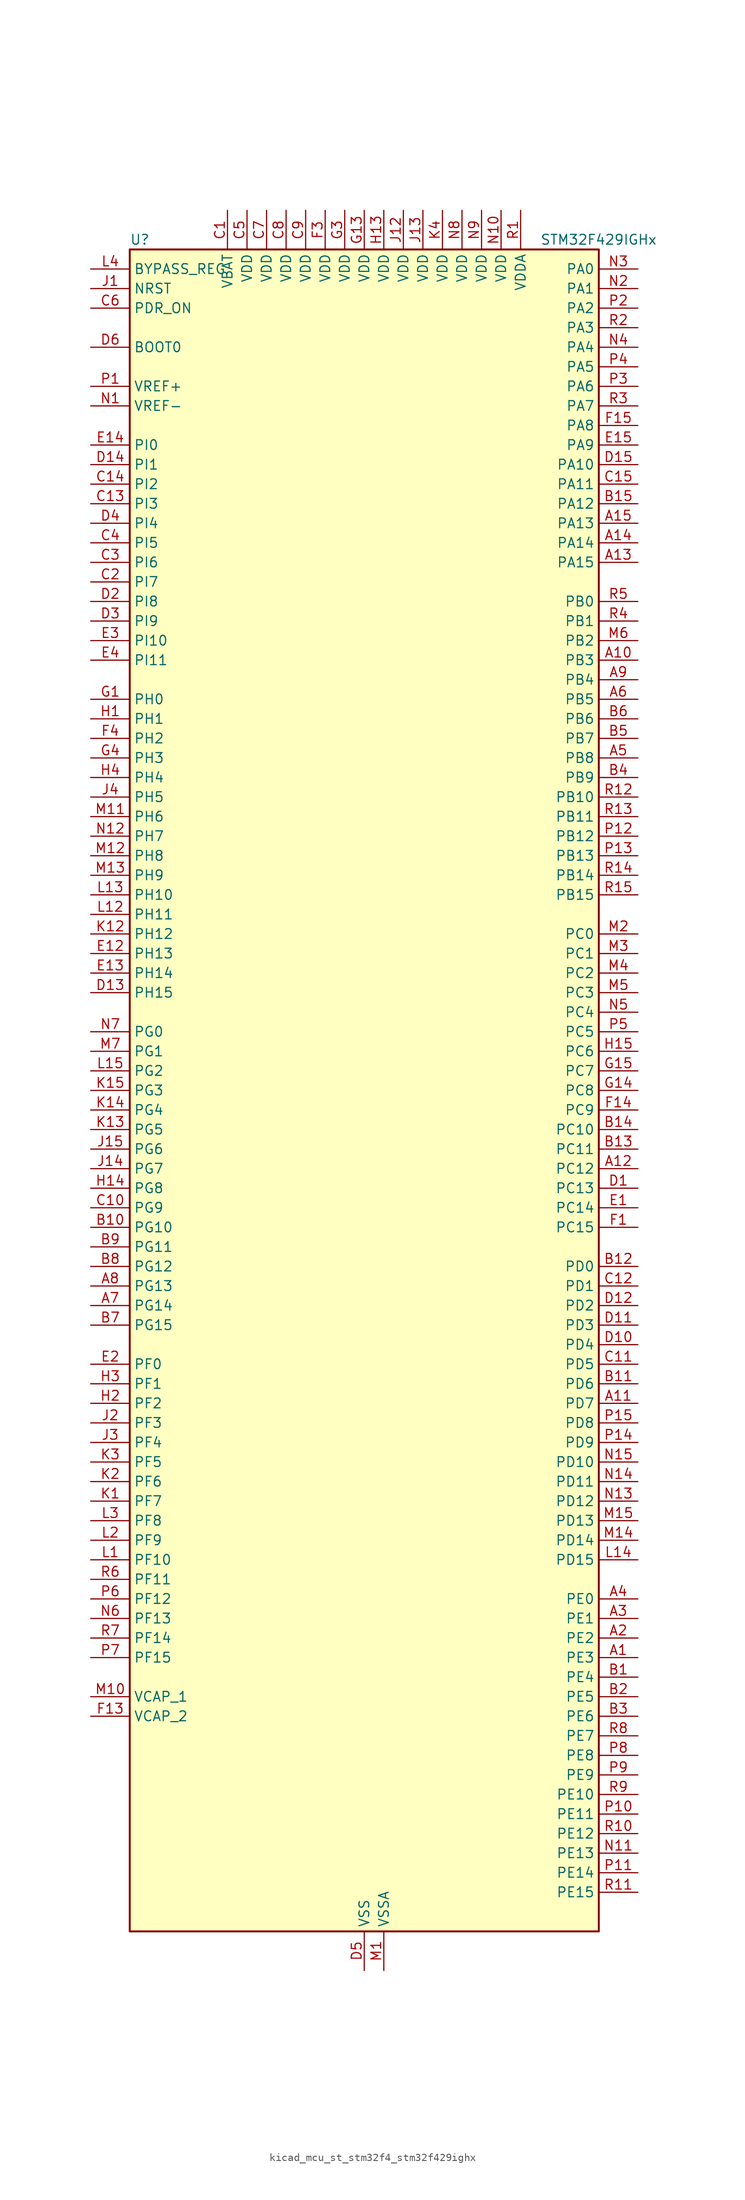
<source format=kicad_sym>
(kicad_symbol_lib
  (version 20220914)
  (generator kicad_symbol_editor)
  (symbol "kicad_mcu_st_stm32f4_stm32f429ighx"
    (property "Reference" "U"
      (at -30.48 110.49 0)
      (effects (font (size 1.27 1.27)) (justify left)))
    (property "Value" "STM32F429IGHx"
      (at 22.86 110.49 0)
      (effects (font (size 1.27 1.27)) (justify left)))
    (property "ki_locked" ""
      (at 0 0 0)
      (effects (font (size 1.27 1.27))))
    (symbol "kicad_mcu_st_stm32f4_stm32f429ighx_0_1"
      (rectangle (start -30.48 -109.22) (end 30.48 109.22) (stroke (width 0.254) (type default)) (fill (type background))))
    (symbol "kicad_mcu_st_stm32f4_stm32f429ighx_1_1"
      (pin bidirectional line (at 35.56 -73.66 180) (length 5.08) (name "PE3" (effects (font (size 1.27 1.27)))) (number "A1" (effects (font (size 1.27 1.27)))) (alternate "FMC_A19" bidirectional line) (alternate "SAI1_SD_B" bidirectional line) (alternate "SYS_TRACED0" bidirectional line))
      (pin bidirectional line (at 35.56 55.88 180) (length 5.08) (name "PB3" (effects (font (size 1.27 1.27)))) (number "A10" (effects (font (size 1.27 1.27)))) (alternate "I2S3_CK" bidirectional line) (alternate "SPI1_SCK" bidirectional line) (alternate "SPI3_SCK" bidirectional line) (alternate "SYS_JTDO-SWO" bidirectional line) (alternate "TIM2_CH2" bidirectional line))
      (pin bidirectional line (at 35.56 -40.64 180) (length 5.08) (name "PD7" (effects (font (size 1.27 1.27)))) (number "A11" (effects (font (size 1.27 1.27)))) (alternate "FMC_NCE2" bidirectional line) (alternate "FMC_NE1" bidirectional line) (alternate "USART2_CK" bidirectional line))
      (pin bidirectional line (at 35.56 -10.16 180) (length 5.08) (name "PC12" (effects (font (size 1.27 1.27)))) (number "A12" (effects (font (size 1.27 1.27)))) (alternate "DCMI_D9" bidirectional line) (alternate "I2S3_SD" bidirectional line) (alternate "SDIO_CK" bidirectional line) (alternate "SPI3_MOSI" bidirectional line) (alternate "UART5_TX" bidirectional line) (alternate "USART3_CK" bidirectional line))
      (pin bidirectional line (at 35.56 68.58 180) (length 5.08) (name "PA15" (effects (font (size 1.27 1.27)))) (number "A13" (effects (font (size 1.27 1.27)))) (alternate "ADC1_EXTI15" bidirectional line) (alternate "ADC2_EXTI15" bidirectional line) (alternate "ADC3_EXTI15" bidirectional line) (alternate "I2S3_WS" bidirectional line) (alternate "SPI1_NSS" bidirectional line) (alternate "SPI3_NSS" bidirectional line) (alternate "SYS_JTDI" bidirectional line) (alternate "TIM2_CH1" bidirectional line) (alternate "TIM2_ETR" bidirectional line))
      (pin bidirectional line (at 35.56 71.12 180) (length 5.08) (name "PA14" (effects (font (size 1.27 1.27)))) (number "A14" (effects (font (size 1.27 1.27)))) (alternate "SYS_JTCK-SWCLK" bidirectional line))
      (pin bidirectional line (at 35.56 73.66 180) (length 5.08) (name "PA13" (effects (font (size 1.27 1.27)))) (number "A15" (effects (font (size 1.27 1.27)))) (alternate "SYS_JTMS-SWDIO" bidirectional line))
      (pin bidirectional line (at 35.56 -71.12 180) (length 5.08) (name "PE2" (effects (font (size 1.27 1.27)))) (number "A2" (effects (font (size 1.27 1.27)))) (alternate "ETH_TXD3" bidirectional line) (alternate "FMC_A23" bidirectional line) (alternate "SAI1_MCLK_A" bidirectional line) (alternate "SPI4_SCK" bidirectional line) (alternate "SYS_TRACECLK" bidirectional line))
      (pin bidirectional line (at 35.56 -68.58 180) (length 5.08) (name "PE1" (effects (font (size 1.27 1.27)))) (number "A3" (effects (font (size 1.27 1.27)))) (alternate "DCMI_D3" bidirectional line) (alternate "FMC_NBL1" bidirectional line) (alternate "UART8_TX" bidirectional line))
      (pin bidirectional line (at 35.56 -66.04 180) (length 5.08) (name "PE0" (effects (font (size 1.27 1.27)))) (number "A4" (effects (font (size 1.27 1.27)))) (alternate "DCMI_D2" bidirectional line) (alternate "FMC_NBL0" bidirectional line) (alternate "TIM4_ETR" bidirectional line) (alternate "UART8_RX" bidirectional line))
      (pin bidirectional line (at 35.56 43.18 180) (length 5.08) (name "PB8" (effects (font (size 1.27 1.27)))) (number "A5" (effects (font (size 1.27 1.27)))) (alternate "CAN1_RX" bidirectional line) (alternate "DCMI_D6" bidirectional line) (alternate "ETH_TXD3" bidirectional line) (alternate "I2C1_SCL" bidirectional line) (alternate "LTDC_B6" bidirectional line) (alternate "SDIO_D4" bidirectional line) (alternate "TIM10_CH1" bidirectional line) (alternate "TIM4_CH3" bidirectional line))
      (pin bidirectional line (at 35.56 50.8 180) (length 5.08) (name "PB5" (effects (font (size 1.27 1.27)))) (number "A6" (effects (font (size 1.27 1.27)))) (alternate "CAN2_RX" bidirectional line) (alternate "DCMI_D10" bidirectional line) (alternate "ETH_PPS_OUT" bidirectional line) (alternate "FMC_SDCKE1" bidirectional line) (alternate "I2C1_SMBA" bidirectional line) (alternate "I2S3_SD" bidirectional line) (alternate "SPI1_MOSI" bidirectional line) (alternate "SPI3_MOSI" bidirectional line) (alternate "TIM3_CH2" bidirectional line) (alternate "USB_OTG_HS_ULPI_D7" bidirectional line))
      (pin bidirectional line (at -35.56 -27.94 0) (length 5.08) (name "PG14" (effects (font (size 1.27 1.27)))) (number "A7" (effects (font (size 1.27 1.27)))) (alternate "ETH_TXD1" bidirectional line) (alternate "FMC_A25" bidirectional line) (alternate "SPI6_MOSI" bidirectional line) (alternate "USART6_TX" bidirectional line))
      (pin bidirectional line (at -35.56 -25.4 0) (length 5.08) (name "PG13" (effects (font (size 1.27 1.27)))) (number "A8" (effects (font (size 1.27 1.27)))) (alternate "ETH_TXD0" bidirectional line) (alternate "FMC_A24" bidirectional line) (alternate "SPI6_SCK" bidirectional line) (alternate "USART6_CTS" bidirectional line))
      (pin bidirectional line (at 35.56 53.34 180) (length 5.08) (name "PB4" (effects (font (size 1.27 1.27)))) (number "A9" (effects (font (size 1.27 1.27)))) (alternate "I2S3_ext_SD" bidirectional line) (alternate "SPI1_MISO" bidirectional line) (alternate "SPI3_MISO" bidirectional line) (alternate "SYS_JTRST" bidirectional line) (alternate "TIM3_CH1" bidirectional line))
      (pin bidirectional line (at 35.56 -76.2 180) (length 5.08) (name "PE4" (effects (font (size 1.27 1.27)))) (number "B1" (effects (font (size 1.27 1.27)))) (alternate "DCMI_D4" bidirectional line) (alternate "FMC_A20" bidirectional line) (alternate "LTDC_B0" bidirectional line) (alternate "SAI1_FS_A" bidirectional line) (alternate "SPI4_NSS" bidirectional line) (alternate "SYS_TRACED1" bidirectional line))
      (pin bidirectional line (at -35.56 -17.78 0) (length 5.08) (name "PG10" (effects (font (size 1.27 1.27)))) (number "B10" (effects (font (size 1.27 1.27)))) (alternate "DCMI_D2" bidirectional line) (alternate "FMC_NCE4_1" bidirectional line) (alternate "FMC_NE3" bidirectional line) (alternate "LTDC_B2" bidirectional line) (alternate "LTDC_G3" bidirectional line))
      (pin bidirectional line (at 35.56 -38.1 180) (length 5.08) (name "PD6" (effects (font (size 1.27 1.27)))) (number "B11" (effects (font (size 1.27 1.27)))) (alternate "DCMI_D10" bidirectional line) (alternate "FMC_NWAIT" bidirectional line) (alternate "I2S3_SD" bidirectional line) (alternate "LTDC_B2" bidirectional line) (alternate "SAI1_SD_A" bidirectional line) (alternate "SPI3_MOSI" bidirectional line) (alternate "USART2_RX" bidirectional line))
      (pin bidirectional line (at 35.56 -22.86 180) (length 5.08) (name "PD0" (effects (font (size 1.27 1.27)))) (number "B12" (effects (font (size 1.27 1.27)))) (alternate "CAN1_RX" bidirectional line) (alternate "FMC_D2" bidirectional line) (alternate "FMC_DA2" bidirectional line))
      (pin bidirectional line (at 35.56 -7.62 180) (length 5.08) (name "PC11" (effects (font (size 1.27 1.27)))) (number "B13" (effects (font (size 1.27 1.27)))) (alternate "ADC1_EXTI11" bidirectional line) (alternate "ADC2_EXTI11" bidirectional line) (alternate "ADC3_EXTI11" bidirectional line) (alternate "DCMI_D4" bidirectional line) (alternate "I2S3_ext_SD" bidirectional line) (alternate "SDIO_D3" bidirectional line) (alternate "SPI3_MISO" bidirectional line) (alternate "UART4_RX" bidirectional line) (alternate "USART3_RX" bidirectional line))
      (pin bidirectional line (at 35.56 -5.08 180) (length 5.08) (name "PC10" (effects (font (size 1.27 1.27)))) (number "B14" (effects (font (size 1.27 1.27)))) (alternate "DCMI_D8" bidirectional line) (alternate "I2S3_CK" bidirectional line) (alternate "LTDC_R2" bidirectional line) (alternate "SDIO_D2" bidirectional line) (alternate "SPI3_SCK" bidirectional line) (alternate "UART4_TX" bidirectional line) (alternate "USART3_TX" bidirectional line))
      (pin bidirectional line (at 35.56 76.2 180) (length 5.08) (name "PA12" (effects (font (size 1.27 1.27)))) (number "B15" (effects (font (size 1.27 1.27)))) (alternate "CAN1_TX" bidirectional line) (alternate "LTDC_R5" bidirectional line) (alternate "TIM1_ETR" bidirectional line) (alternate "USART1_RTS" bidirectional line) (alternate "USB_OTG_FS_DP" bidirectional line))
      (pin bidirectional line (at 35.56 -78.74 180) (length 5.08) (name "PE5" (effects (font (size 1.27 1.27)))) (number "B2" (effects (font (size 1.27 1.27)))) (alternate "DCMI_D6" bidirectional line) (alternate "FMC_A21" bidirectional line) (alternate "LTDC_G0" bidirectional line) (alternate "SAI1_SCK_A" bidirectional line) (alternate "SPI4_MISO" bidirectional line) (alternate "SYS_TRACED2" bidirectional line) (alternate "TIM9_CH1" bidirectional line))
      (pin bidirectional line (at 35.56 -81.28 180) (length 5.08) (name "PE6" (effects (font (size 1.27 1.27)))) (number "B3" (effects (font (size 1.27 1.27)))) (alternate "DCMI_D7" bidirectional line) (alternate "FMC_A22" bidirectional line) (alternate "LTDC_G1" bidirectional line) (alternate "SAI1_SD_A" bidirectional line) (alternate "SPI4_MOSI" bidirectional line) (alternate "SYS_TRACED3" bidirectional line) (alternate "TIM9_CH2" bidirectional line))
      (pin bidirectional line (at 35.56 40.64 180) (length 5.08) (name "PB9" (effects (font (size 1.27 1.27)))) (number "B4" (effects (font (size 1.27 1.27)))) (alternate "CAN1_TX" bidirectional line) (alternate "DAC_EXTI9" bidirectional line) (alternate "DCMI_D7" bidirectional line) (alternate "I2C1_SDA" bidirectional line) (alternate "I2S2_WS" bidirectional line) (alternate "LTDC_B7" bidirectional line) (alternate "SDIO_D5" bidirectional line) (alternate "SPI2_NSS" bidirectional line) (alternate "TIM11_CH1" bidirectional line) (alternate "TIM4_CH4" bidirectional line))
      (pin bidirectional line (at 35.56 45.72 180) (length 5.08) (name "PB7" (effects (font (size 1.27 1.27)))) (number "B5" (effects (font (size 1.27 1.27)))) (alternate "DCMI_VSYNC" bidirectional line) (alternate "FMC_NL" bidirectional line) (alternate "I2C1_SDA" bidirectional line) (alternate "TIM4_CH2" bidirectional line) (alternate "USART1_RX" bidirectional line))
      (pin bidirectional line (at 35.56 48.26 180) (length 5.08) (name "PB6" (effects (font (size 1.27 1.27)))) (number "B6" (effects (font (size 1.27 1.27)))) (alternate "CAN2_TX" bidirectional line) (alternate "DCMI_D5" bidirectional line) (alternate "FMC_SDNE1" bidirectional line) (alternate "I2C1_SCL" bidirectional line) (alternate "TIM4_CH1" bidirectional line) (alternate "USART1_TX" bidirectional line))
      (pin bidirectional line (at -35.56 -30.48 0) (length 5.08) (name "PG15" (effects (font (size 1.27 1.27)))) (number "B7" (effects (font (size 1.27 1.27)))) (alternate "ADC1_EXTI15" bidirectional line) (alternate "ADC2_EXTI15" bidirectional line) (alternate "ADC3_EXTI15" bidirectional line) (alternate "DCMI_D13" bidirectional line) (alternate "FMC_SDNCAS" bidirectional line) (alternate "USART6_CTS" bidirectional line))
      (pin bidirectional line (at -35.56 -22.86 0) (length 5.08) (name "PG12" (effects (font (size 1.27 1.27)))) (number "B8" (effects (font (size 1.27 1.27)))) (alternate "FMC_NE4" bidirectional line) (alternate "LTDC_B1" bidirectional line) (alternate "LTDC_B4" bidirectional line) (alternate "SPI6_MISO" bidirectional line) (alternate "USART6_RTS" bidirectional line))
      (pin bidirectional line (at -35.56 -20.32 0) (length 5.08) (name "PG11" (effects (font (size 1.27 1.27)))) (number "B9" (effects (font (size 1.27 1.27)))) (alternate "ADC1_EXTI11" bidirectional line) (alternate "ADC2_EXTI11" bidirectional line) (alternate "ADC3_EXTI11" bidirectional line) (alternate "DCMI_D3" bidirectional line) (alternate "ETH_TX_EN" bidirectional line) (alternate "FMC_NCE4_2" bidirectional line) (alternate "LTDC_B3" bidirectional line))
      (pin power_in line (at -17.78 114.3 270) (length 5.08) (name "VBAT" (effects (font (size 1.27 1.27)))) (number "C1" (effects (font (size 1.27 1.27)))))
      (pin bidirectional line (at -35.56 -15.24 0) (length 5.08) (name "PG9" (effects (font (size 1.27 1.27)))) (number "C10" (effects (font (size 1.27 1.27)))) (alternate "DAC_EXTI9" bidirectional line) (alternate "DCMI_VSYNC" bidirectional line) (alternate "FMC_NCE3" bidirectional line) (alternate "FMC_NE2" bidirectional line) (alternate "USART6_RX" bidirectional line))
      (pin bidirectional line (at 35.56 -35.56 180) (length 5.08) (name "PD5" (effects (font (size 1.27 1.27)))) (number "C11" (effects (font (size 1.27 1.27)))) (alternate "FMC_NWE" bidirectional line) (alternate "USART2_TX" bidirectional line))
      (pin bidirectional line (at 35.56 -25.4 180) (length 5.08) (name "PD1" (effects (font (size 1.27 1.27)))) (number "C12" (effects (font (size 1.27 1.27)))) (alternate "CAN1_TX" bidirectional line) (alternate "FMC_D3" bidirectional line) (alternate "FMC_DA3" bidirectional line))
      (pin bidirectional line (at -35.56 76.2 0) (length 5.08) (name "PI3" (effects (font (size 1.27 1.27)))) (number "C13" (effects (font (size 1.27 1.27)))) (alternate "DCMI_D10" bidirectional line) (alternate "FMC_D27" bidirectional line) (alternate "I2S2_SD" bidirectional line) (alternate "SPI2_MOSI" bidirectional line) (alternate "TIM8_ETR" bidirectional line))
      (pin bidirectional line (at -35.56 78.74 0) (length 5.08) (name "PI2" (effects (font (size 1.27 1.27)))) (number "C14" (effects (font (size 1.27 1.27)))) (alternate "DCMI_D9" bidirectional line) (alternate "FMC_D26" bidirectional line) (alternate "I2S2_ext_SD" bidirectional line) (alternate "LTDC_G7" bidirectional line) (alternate "SPI2_MISO" bidirectional line) (alternate "TIM8_CH4" bidirectional line))
      (pin bidirectional line (at 35.56 78.74 180) (length 5.08) (name "PA11" (effects (font (size 1.27 1.27)))) (number "C15" (effects (font (size 1.27 1.27)))) (alternate "ADC1_EXTI11" bidirectional line) (alternate "ADC2_EXTI11" bidirectional line) (alternate "ADC3_EXTI11" bidirectional line) (alternate "CAN1_RX" bidirectional line) (alternate "LTDC_R4" bidirectional line) (alternate "TIM1_CH4" bidirectional line) (alternate "USART1_CTS" bidirectional line) (alternate "USB_OTG_FS_DM" bidirectional line))
      (pin bidirectional line (at -35.56 66.04 0) (length 5.08) (name "PI7" (effects (font (size 1.27 1.27)))) (number "C2" (effects (font (size 1.27 1.27)))) (alternate "DCMI_D7" bidirectional line) (alternate "FMC_D29" bidirectional line) (alternate "LTDC_B7" bidirectional line) (alternate "TIM8_CH3" bidirectional line))
      (pin bidirectional line (at -35.56 68.58 0) (length 5.08) (name "PI6" (effects (font (size 1.27 1.27)))) (number "C3" (effects (font (size 1.27 1.27)))) (alternate "DCMI_D6" bidirectional line) (alternate "FMC_D28" bidirectional line) (alternate "LTDC_B6" bidirectional line) (alternate "TIM8_CH2" bidirectional line))
      (pin bidirectional line (at -35.56 71.12 0) (length 5.08) (name "PI5" (effects (font (size 1.27 1.27)))) (number "C4" (effects (font (size 1.27 1.27)))) (alternate "DCMI_VSYNC" bidirectional line) (alternate "FMC_NBL3" bidirectional line) (alternate "LTDC_B5" bidirectional line) (alternate "TIM8_CH1" bidirectional line))
      (pin power_in line (at -15.24 114.3 270) (length 5.08) (name "VDD" (effects (font (size 1.27 1.27)))) (number "C5" (effects (font (size 1.27 1.27)))))
      (pin input line (at -35.56 101.6 0) (length 5.08) (name "PDR_ON" (effects (font (size 1.27 1.27)))) (number "C6" (effects (font (size 1.27 1.27)))))
      (pin power_in line (at -12.7 114.3 270) (length 5.08) (name "VDD" (effects (font (size 1.27 1.27)))) (number "C7" (effects (font (size 1.27 1.27)))))
      (pin power_in line (at -10.16 114.3 270) (length 5.08) (name "VDD" (effects (font (size 1.27 1.27)))) (number "C8" (effects (font (size 1.27 1.27)))))
      (pin power_in line (at -7.62 114.3 270) (length 5.08) (name "VDD" (effects (font (size 1.27 1.27)))) (number "C9" (effects (font (size 1.27 1.27)))))
      (pin bidirectional line (at 35.56 -12.7 180) (length 5.08) (name "PC13" (effects (font (size 1.27 1.27)))) (number "D1" (effects (font (size 1.27 1.27)))) (alternate "RTC_AF1" bidirectional line))
      (pin bidirectional line (at 35.56 -33.02 180) (length 5.08) (name "PD4" (effects (font (size 1.27 1.27)))) (number "D10" (effects (font (size 1.27 1.27)))) (alternate "FMC_NOE" bidirectional line) (alternate "USART2_RTS" bidirectional line))
      (pin bidirectional line (at 35.56 -30.48 180) (length 5.08) (name "PD3" (effects (font (size 1.27 1.27)))) (number "D11" (effects (font (size 1.27 1.27)))) (alternate "DCMI_D5" bidirectional line) (alternate "FMC_CLK" bidirectional line) (alternate "I2S2_CK" bidirectional line) (alternate "LTDC_G7" bidirectional line) (alternate "SPI2_SCK" bidirectional line) (alternate "USART2_CTS" bidirectional line))
      (pin bidirectional line (at 35.56 -27.94 180) (length 5.08) (name "PD2" (effects (font (size 1.27 1.27)))) (number "D12" (effects (font (size 1.27 1.27)))) (alternate "DCMI_D11" bidirectional line) (alternate "SDIO_CMD" bidirectional line) (alternate "TIM3_ETR" bidirectional line) (alternate "UART5_RX" bidirectional line))
      (pin bidirectional line (at -35.56 12.7 0) (length 5.08) (name "PH15" (effects (font (size 1.27 1.27)))) (number "D13" (effects (font (size 1.27 1.27)))) (alternate "ADC1_EXTI15" bidirectional line) (alternate "ADC2_EXTI15" bidirectional line) (alternate "ADC3_EXTI15" bidirectional line) (alternate "DCMI_D11" bidirectional line) (alternate "FMC_D23" bidirectional line) (alternate "LTDC_G4" bidirectional line) (alternate "TIM8_CH3N" bidirectional line))
      (pin bidirectional line (at -35.56 81.28 0) (length 5.08) (name "PI1" (effects (font (size 1.27 1.27)))) (number "D14" (effects (font (size 1.27 1.27)))) (alternate "DCMI_D8" bidirectional line) (alternate "FMC_D25" bidirectional line) (alternate "I2S2_CK" bidirectional line) (alternate "LTDC_G6" bidirectional line) (alternate "SPI2_SCK" bidirectional line))
      (pin bidirectional line (at 35.56 81.28 180) (length 5.08) (name "PA10" (effects (font (size 1.27 1.27)))) (number "D15" (effects (font (size 1.27 1.27)))) (alternate "DCMI_D1" bidirectional line) (alternate "TIM1_CH3" bidirectional line) (alternate "USART1_RX" bidirectional line) (alternate "USB_OTG_FS_ID" bidirectional line))
      (pin bidirectional line (at -35.56 63.5 0) (length 5.08) (name "PI8" (effects (font (size 1.27 1.27)))) (number "D2" (effects (font (size 1.27 1.27)))) (alternate "RTC_AF2" bidirectional line))
      (pin bidirectional line (at -35.56 60.96 0) (length 5.08) (name "PI9" (effects (font (size 1.27 1.27)))) (number "D3" (effects (font (size 1.27 1.27)))) (alternate "CAN1_RX" bidirectional line) (alternate "DAC_EXTI9" bidirectional line) (alternate "FMC_D30" bidirectional line) (alternate "LTDC_VSYNC" bidirectional line))
      (pin bidirectional line (at -35.56 73.66 0) (length 5.08) (name "PI4" (effects (font (size 1.27 1.27)))) (number "D4" (effects (font (size 1.27 1.27)))) (alternate "DCMI_D5" bidirectional line) (alternate "FMC_NBL2" bidirectional line) (alternate "LTDC_B4" bidirectional line) (alternate "TIM8_BKIN" bidirectional line))
      (pin power_in line (at 0 -114.3 90) (length 5.08) (name "VSS" (effects (font (size 1.27 1.27)))) (number "D5" (effects (font (size 1.27 1.27)))))
      (pin input line (at -35.56 96.52 0) (length 5.08) (name "BOOT0" (effects (font (size 1.27 1.27)))) (number "D6" (effects (font (size 1.27 1.27)))))
      (pin passive line (at 0 -114.3 90) (length 5.08) hide (name "VSS" (effects (font (size 1.27 1.27)))) (number "D7" (effects (font (size 1.27 1.27)))))
      (pin passive line (at 0 -114.3 90) (length 5.08) hide (name "VSS" (effects (font (size 1.27 1.27)))) (number "D8" (effects (font (size 1.27 1.27)))))
      (pin passive line (at 0 -114.3 90) (length 5.08) hide (name "VSS" (effects (font (size 1.27 1.27)))) (number "D9" (effects (font (size 1.27 1.27)))))
      (pin bidirectional line (at 35.56 -15.24 180) (length 5.08) (name "PC14" (effects (font (size 1.27 1.27)))) (number "E1" (effects (font (size 1.27 1.27)))) (alternate "RCC_OSC32_IN" bidirectional line))
      (pin bidirectional line (at -35.56 17.78 0) (length 5.08) (name "PH13" (effects (font (size 1.27 1.27)))) (number "E12" (effects (font (size 1.27 1.27)))) (alternate "CAN1_TX" bidirectional line) (alternate "FMC_D21" bidirectional line) (alternate "LTDC_G2" bidirectional line) (alternate "TIM8_CH1N" bidirectional line))
      (pin bidirectional line (at -35.56 15.24 0) (length 5.08) (name "PH14" (effects (font (size 1.27 1.27)))) (number "E13" (effects (font (size 1.27 1.27)))) (alternate "DCMI_D4" bidirectional line) (alternate "FMC_D22" bidirectional line) (alternate "LTDC_G3" bidirectional line) (alternate "TIM8_CH2N" bidirectional line))
      (pin bidirectional line (at -35.56 83.82 0) (length 5.08) (name "PI0" (effects (font (size 1.27 1.27)))) (number "E14" (effects (font (size 1.27 1.27)))) (alternate "DCMI_D13" bidirectional line) (alternate "FMC_D24" bidirectional line) (alternate "I2S2_WS" bidirectional line) (alternate "LTDC_G5" bidirectional line) (alternate "SPI2_NSS" bidirectional line) (alternate "TIM5_CH4" bidirectional line))
      (pin bidirectional line (at 35.56 83.82 180) (length 5.08) (name "PA9" (effects (font (size 1.27 1.27)))) (number "E15" (effects (font (size 1.27 1.27)))) (alternate "DAC_EXTI9" bidirectional line) (alternate "DCMI_D0" bidirectional line) (alternate "I2C3_SMBA" bidirectional line) (alternate "TIM1_CH2" bidirectional line) (alternate "USART1_TX" bidirectional line) (alternate "USB_OTG_FS_VBUS" bidirectional line))
      (pin bidirectional line (at -35.56 -35.56 0) (length 5.08) (name "PF0" (effects (font (size 1.27 1.27)))) (number "E2" (effects (font (size 1.27 1.27)))) (alternate "FMC_A0" bidirectional line) (alternate "I2C2_SDA" bidirectional line))
      (pin bidirectional line (at -35.56 58.42 0) (length 5.08) (name "PI10" (effects (font (size 1.27 1.27)))) (number "E3" (effects (font (size 1.27 1.27)))) (alternate "ETH_RX_ER" bidirectional line) (alternate "FMC_D31" bidirectional line) (alternate "LTDC_HSYNC" bidirectional line))
      (pin bidirectional line (at -35.56 55.88 0) (length 5.08) (name "PI11" (effects (font (size 1.27 1.27)))) (number "E4" (effects (font (size 1.27 1.27)))) (alternate "ADC1_EXTI11" bidirectional line) (alternate "ADC2_EXTI11" bidirectional line) (alternate "ADC3_EXTI11" bidirectional line) (alternate "USB_OTG_HS_ULPI_DIR" bidirectional line))
      (pin bidirectional line (at 35.56 -17.78 180) (length 5.08) (name "PC15" (effects (font (size 1.27 1.27)))) (number "F1" (effects (font (size 1.27 1.27)))) (alternate "ADC1_EXTI15" bidirectional line) (alternate "ADC2_EXTI15" bidirectional line) (alternate "ADC3_EXTI15" bidirectional line) (alternate "RCC_OSC32_OUT" bidirectional line))
      (pin passive line (at 0 -114.3 90) (length 5.08) hide (name "VSS" (effects (font (size 1.27 1.27)))) (number "F10" (effects (font (size 1.27 1.27)))))
      (pin passive line (at 0 -114.3 90) (length 5.08) hide (name "VSS" (effects (font (size 1.27 1.27)))) (number "F12" (effects (font (size 1.27 1.27)))))
      (pin power_out line (at -35.56 -81.28 0) (length 5.08) (name "VCAP_2" (effects (font (size 1.27 1.27)))) (number "F13" (effects (font (size 1.27 1.27)))))
      (pin bidirectional line (at 35.56 -2.54 180) (length 5.08) (name "PC9" (effects (font (size 1.27 1.27)))) (number "F14" (effects (font (size 1.27 1.27)))) (alternate "DAC_EXTI9" bidirectional line) (alternate "DCMI_D3" bidirectional line) (alternate "I2C3_SDA" bidirectional line) (alternate "I2S_CKIN" bidirectional line) (alternate "RCC_MCO_2" bidirectional line) (alternate "SDIO_D1" bidirectional line) (alternate "TIM3_CH4" bidirectional line) (alternate "TIM8_CH4" bidirectional line))
      (pin bidirectional line (at 35.56 86.36 180) (length 5.08) (name "PA8" (effects (font (size 1.27 1.27)))) (number "F15" (effects (font (size 1.27 1.27)))) (alternate "I2C3_SCL" bidirectional line) (alternate "LTDC_R6" bidirectional line) (alternate "RCC_MCO_1" bidirectional line) (alternate "TIM1_CH1" bidirectional line) (alternate "USART1_CK" bidirectional line) (alternate "USB_OTG_FS_SOF" bidirectional line))
      (pin passive line (at 0 -114.3 90) (length 5.08) hide (name "VSS" (effects (font (size 1.27 1.27)))) (number "F2" (effects (font (size 1.27 1.27)))))
      (pin power_in line (at -5.08 114.3 270) (length 5.08) (name "VDD" (effects (font (size 1.27 1.27)))) (number "F3" (effects (font (size 1.27 1.27)))))
      (pin bidirectional line (at -35.56 45.72 0) (length 5.08) (name "PH2" (effects (font (size 1.27 1.27)))) (number "F4" (effects (font (size 1.27 1.27)))) (alternate "ETH_CRS" bidirectional line) (alternate "FMC_SDCKE0" bidirectional line) (alternate "LTDC_R0" bidirectional line))
      (pin passive line (at 0 -114.3 90) (length 5.08) hide (name "VSS" (effects (font (size 1.27 1.27)))) (number "F6" (effects (font (size 1.27 1.27)))))
      (pin passive line (at 0 -114.3 90) (length 5.08) hide (name "VSS" (effects (font (size 1.27 1.27)))) (number "F7" (effects (font (size 1.27 1.27)))))
      (pin passive line (at 0 -114.3 90) (length 5.08) hide (name "VSS" (effects (font (size 1.27 1.27)))) (number "F8" (effects (font (size 1.27 1.27)))))
      (pin passive line (at 0 -114.3 90) (length 5.08) hide (name "VSS" (effects (font (size 1.27 1.27)))) (number "F9" (effects (font (size 1.27 1.27)))))
      (pin bidirectional line (at -35.56 50.8 0) (length 5.08) (name "PH0" (effects (font (size 1.27 1.27)))) (number "G1" (effects (font (size 1.27 1.27)))) (alternate "RCC_OSC_IN" bidirectional line))
      (pin passive line (at 0 -114.3 90) (length 5.08) hide (name "VSS" (effects (font (size 1.27 1.27)))) (number "G10" (effects (font (size 1.27 1.27)))))
      (pin passive line (at 0 -114.3 90) (length 5.08) hide (name "VSS" (effects (font (size 1.27 1.27)))) (number "G12" (effects (font (size 1.27 1.27)))))
      (pin power_in line (at 0 114.3 270) (length 5.08) (name "VDD" (effects (font (size 1.27 1.27)))) (number "G13" (effects (font (size 1.27 1.27)))))
      (pin bidirectional line (at 35.56 0 180) (length 5.08) (name "PC8" (effects (font (size 1.27 1.27)))) (number "G14" (effects (font (size 1.27 1.27)))) (alternate "DCMI_D2" bidirectional line) (alternate "SDIO_D0" bidirectional line) (alternate "TIM3_CH3" bidirectional line) (alternate "TIM8_CH3" bidirectional line) (alternate "USART6_CK" bidirectional line))
      (pin bidirectional line (at 35.56 2.54 180) (length 5.08) (name "PC7" (effects (font (size 1.27 1.27)))) (number "G15" (effects (font (size 1.27 1.27)))) (alternate "DCMI_D1" bidirectional line) (alternate "I2S3_MCK" bidirectional line) (alternate "LTDC_G6" bidirectional line) (alternate "SDIO_D7" bidirectional line) (alternate "TIM3_CH2" bidirectional line) (alternate "TIM8_CH2" bidirectional line) (alternate "USART6_RX" bidirectional line))
      (pin passive line (at 0 -114.3 90) (length 5.08) hide (name "VSS" (effects (font (size 1.27 1.27)))) (number "G2" (effects (font (size 1.27 1.27)))))
      (pin power_in line (at -2.54 114.3 270) (length 5.08) (name "VDD" (effects (font (size 1.27 1.27)))) (number "G3" (effects (font (size 1.27 1.27)))))
      (pin bidirectional line (at -35.56 43.18 0) (length 5.08) (name "PH3" (effects (font (size 1.27 1.27)))) (number "G4" (effects (font (size 1.27 1.27)))) (alternate "ETH_COL" bidirectional line) (alternate "FMC_SDNE0" bidirectional line) (alternate "LTDC_R1" bidirectional line))
      (pin passive line (at 0 -114.3 90) (length 5.08) hide (name "VSS" (effects (font (size 1.27 1.27)))) (number "G6" (effects (font (size 1.27 1.27)))))
      (pin passive line (at 0 -114.3 90) (length 5.08) hide (name "VSS" (effects (font (size 1.27 1.27)))) (number "G7" (effects (font (size 1.27 1.27)))))
      (pin passive line (at 0 -114.3 90) (length 5.08) hide (name "VSS" (effects (font (size 1.27 1.27)))) (number "G8" (effects (font (size 1.27 1.27)))))
      (pin passive line (at 0 -114.3 90) (length 5.08) hide (name "VSS" (effects (font (size 1.27 1.27)))) (number "G9" (effects (font (size 1.27 1.27)))))
      (pin bidirectional line (at -35.56 48.26 0) (length 5.08) (name "PH1" (effects (font (size 1.27 1.27)))) (number "H1" (effects (font (size 1.27 1.27)))) (alternate "RCC_OSC_OUT" bidirectional line))
      (pin passive line (at 0 -114.3 90) (length 5.08) hide (name "VSS" (effects (font (size 1.27 1.27)))) (number "H10" (effects (font (size 1.27 1.27)))))
      (pin passive line (at 0 -114.3 90) (length 5.08) hide (name "VSS" (effects (font (size 1.27 1.27)))) (number "H12" (effects (font (size 1.27 1.27)))))
      (pin power_in line (at 2.54 114.3 270) (length 5.08) (name "VDD" (effects (font (size 1.27 1.27)))) (number "H13" (effects (font (size 1.27 1.27)))))
      (pin bidirectional line (at -35.56 -12.7 0) (length 5.08) (name "PG8" (effects (font (size 1.27 1.27)))) (number "H14" (effects (font (size 1.27 1.27)))) (alternate "ETH_PPS_OUT" bidirectional line) (alternate "FMC_SDCLK" bidirectional line) (alternate "SPI6_NSS" bidirectional line) (alternate "USART6_RTS" bidirectional line))
      (pin bidirectional line (at 35.56 5.08 180) (length 5.08) (name "PC6" (effects (font (size 1.27 1.27)))) (number "H15" (effects (font (size 1.27 1.27)))) (alternate "DCMI_D0" bidirectional line) (alternate "I2S2_MCK" bidirectional line) (alternate "LTDC_HSYNC" bidirectional line) (alternate "SDIO_D6" bidirectional line) (alternate "TIM3_CH1" bidirectional line) (alternate "TIM8_CH1" bidirectional line) (alternate "USART6_TX" bidirectional line))
      (pin bidirectional line (at -35.56 -40.64 0) (length 5.08) (name "PF2" (effects (font (size 1.27 1.27)))) (number "H2" (effects (font (size 1.27 1.27)))) (alternate "FMC_A2" bidirectional line) (alternate "I2C2_SMBA" bidirectional line))
      (pin bidirectional line (at -35.56 -38.1 0) (length 5.08) (name "PF1" (effects (font (size 1.27 1.27)))) (number "H3" (effects (font (size 1.27 1.27)))) (alternate "FMC_A1" bidirectional line) (alternate "I2C2_SCL" bidirectional line))
      (pin bidirectional line (at -35.56 40.64 0) (length 5.08) (name "PH4" (effects (font (size 1.27 1.27)))) (number "H4" (effects (font (size 1.27 1.27)))) (alternate "I2C2_SCL" bidirectional line) (alternate "USB_OTG_HS_ULPI_NXT" bidirectional line))
      (pin passive line (at 0 -114.3 90) (length 5.08) hide (name "VSS" (effects (font (size 1.27 1.27)))) (number "H6" (effects (font (size 1.27 1.27)))))
      (pin passive line (at 0 -114.3 90) (length 5.08) hide (name "VSS" (effects (font (size 1.27 1.27)))) (number "H7" (effects (font (size 1.27 1.27)))))
      (pin passive line (at 0 -114.3 90) (length 5.08) hide (name "VSS" (effects (font (size 1.27 1.27)))) (number "H8" (effects (font (size 1.27 1.27)))))
      (pin passive line (at 0 -114.3 90) (length 5.08) hide (name "VSS" (effects (font (size 1.27 1.27)))) (number "H9" (effects (font (size 1.27 1.27)))))
      (pin input line (at -35.56 104.14 0) (length 5.08) (name "NRST" (effects (font (size 1.27 1.27)))) (number "J1" (effects (font (size 1.27 1.27)))))
      (pin passive line (at 0 -114.3 90) (length 5.08) hide (name "VSS" (effects (font (size 1.27 1.27)))) (number "J10" (effects (font (size 1.27 1.27)))))
      (pin power_in line (at 5.08 114.3 270) (length 5.08) (name "VDD" (effects (font (size 1.27 1.27)))) (number "J12" (effects (font (size 1.27 1.27)))))
      (pin power_in line (at 7.62 114.3 270) (length 5.08) (name "VDD" (effects (font (size 1.27 1.27)))) (number "J13" (effects (font (size 1.27 1.27)))))
      (pin bidirectional line (at -35.56 -10.16 0) (length 5.08) (name "PG7" (effects (font (size 1.27 1.27)))) (number "J14" (effects (font (size 1.27 1.27)))) (alternate "DCMI_D13" bidirectional line) (alternate "FMC_INT3" bidirectional line) (alternate "LTDC_CLK" bidirectional line) (alternate "USART6_CK" bidirectional line))
      (pin bidirectional line (at -35.56 -7.62 0) (length 5.08) (name "PG6" (effects (font (size 1.27 1.27)))) (number "J15" (effects (font (size 1.27 1.27)))) (alternate "DCMI_D12" bidirectional line) (alternate "FMC_INT2" bidirectional line) (alternate "LTDC_R7" bidirectional line))
      (pin bidirectional line (at -35.56 -43.18 0) (length 5.08) (name "PF3" (effects (font (size 1.27 1.27)))) (number "J2" (effects (font (size 1.27 1.27)))) (alternate "ADC3_IN9" bidirectional line) (alternate "FMC_A3" bidirectional line))
      (pin bidirectional line (at -35.56 -45.72 0) (length 5.08) (name "PF4" (effects (font (size 1.27 1.27)))) (number "J3" (effects (font (size 1.27 1.27)))) (alternate "ADC3_IN14" bidirectional line) (alternate "FMC_A4" bidirectional line))
      (pin bidirectional line (at -35.56 38.1 0) (length 5.08) (name "PH5" (effects (font (size 1.27 1.27)))) (number "J4" (effects (font (size 1.27 1.27)))) (alternate "FMC_SDNWE" bidirectional line) (alternate "I2C2_SDA" bidirectional line) (alternate "SPI5_NSS" bidirectional line))
      (pin passive line (at 0 -114.3 90) (length 5.08) hide (name "VSS" (effects (font (size 1.27 1.27)))) (number "J6" (effects (font (size 1.27 1.27)))))
      (pin passive line (at 0 -114.3 90) (length 5.08) hide (name "VSS" (effects (font (size 1.27 1.27)))) (number "J7" (effects (font (size 1.27 1.27)))))
      (pin passive line (at 0 -114.3 90) (length 5.08) hide (name "VSS" (effects (font (size 1.27 1.27)))) (number "J8" (effects (font (size 1.27 1.27)))))
      (pin passive line (at 0 -114.3 90) (length 5.08) hide (name "VSS" (effects (font (size 1.27 1.27)))) (number "J9" (effects (font (size 1.27 1.27)))))
      (pin bidirectional line (at -35.56 -53.34 0) (length 5.08) (name "PF7" (effects (font (size 1.27 1.27)))) (number "K1" (effects (font (size 1.27 1.27)))) (alternate "ADC3_IN5" bidirectional line) (alternate "FMC_NREG" bidirectional line) (alternate "SAI1_MCLK_B" bidirectional line) (alternate "SPI5_SCK" bidirectional line) (alternate "TIM11_CH1" bidirectional line) (alternate "UART7_TX" bidirectional line))
      (pin passive line (at 0 -114.3 90) (length 5.08) hide (name "VSS" (effects (font (size 1.27 1.27)))) (number "K10" (effects (font (size 1.27 1.27)))))
      (pin bidirectional line (at -35.56 20.32 0) (length 5.08) (name "PH12" (effects (font (size 1.27 1.27)))) (number "K12" (effects (font (size 1.27 1.27)))) (alternate "DCMI_D3" bidirectional line) (alternate "FMC_D20" bidirectional line) (alternate "LTDC_R6" bidirectional line) (alternate "TIM5_CH3" bidirectional line))
      (pin bidirectional line (at -35.56 -5.08 0) (length 5.08) (name "PG5" (effects (font (size 1.27 1.27)))) (number "K13" (effects (font (size 1.27 1.27)))) (alternate "FMC_A15" bidirectional line) (alternate "FMC_BA1" bidirectional line))
      (pin bidirectional line (at -35.56 -2.54 0) (length 5.08) (name "PG4" (effects (font (size 1.27 1.27)))) (number "K14" (effects (font (size 1.27 1.27)))) (alternate "FMC_A14" bidirectional line) (alternate "FMC_BA0" bidirectional line))
      (pin bidirectional line (at -35.56 0 0) (length 5.08) (name "PG3" (effects (font (size 1.27 1.27)))) (number "K15" (effects (font (size 1.27 1.27)))) (alternate "FMC_A13" bidirectional line))
      (pin bidirectional line (at -35.56 -50.8 0) (length 5.08) (name "PF6" (effects (font (size 1.27 1.27)))) (number "K2" (effects (font (size 1.27 1.27)))) (alternate "ADC3_IN4" bidirectional line) (alternate "FMC_NIORD" bidirectional line) (alternate "SAI1_SD_B" bidirectional line) (alternate "SPI5_NSS" bidirectional line) (alternate "TIM10_CH1" bidirectional line) (alternate "UART7_RX" bidirectional line))
      (pin bidirectional line (at -35.56 -48.26 0) (length 5.08) (name "PF5" (effects (font (size 1.27 1.27)))) (number "K3" (effects (font (size 1.27 1.27)))) (alternate "ADC3_IN15" bidirectional line) (alternate "FMC_A5" bidirectional line))
      (pin power_in line (at 10.16 114.3 270) (length 5.08) (name "VDD" (effects (font (size 1.27 1.27)))) (number "K4" (effects (font (size 1.27 1.27)))))
      (pin passive line (at 0 -114.3 90) (length 5.08) hide (name "VSS" (effects (font (size 1.27 1.27)))) (number "K6" (effects (font (size 1.27 1.27)))))
      (pin passive line (at 0 -114.3 90) (length 5.08) hide (name "VSS" (effects (font (size 1.27 1.27)))) (number "K7" (effects (font (size 1.27 1.27)))))
      (pin passive line (at 0 -114.3 90) (length 5.08) hide (name "VSS" (effects (font (size 1.27 1.27)))) (number "K8" (effects (font (size 1.27 1.27)))))
      (pin passive line (at 0 -114.3 90) (length 5.08) hide (name "VSS" (effects (font (size 1.27 1.27)))) (number "K9" (effects (font (size 1.27 1.27)))))
      (pin bidirectional line (at -35.56 -60.96 0) (length 5.08) (name "PF10" (effects (font (size 1.27 1.27)))) (number "L1" (effects (font (size 1.27 1.27)))) (alternate "ADC3_IN8" bidirectional line) (alternate "DCMI_D11" bidirectional line) (alternate "FMC_INTR" bidirectional line) (alternate "LTDC_DE" bidirectional line))
      (pin bidirectional line (at -35.56 22.86 0) (length 5.08) (name "PH11" (effects (font (size 1.27 1.27)))) (number "L12" (effects (font (size 1.27 1.27)))) (alternate "ADC1_EXTI11" bidirectional line) (alternate "ADC2_EXTI11" bidirectional line) (alternate "ADC3_EXTI11" bidirectional line) (alternate "DCMI_D2" bidirectional line) (alternate "FMC_D19" bidirectional line) (alternate "LTDC_R5" bidirectional line) (alternate "TIM5_CH2" bidirectional line))
      (pin bidirectional line (at -35.56 25.4 0) (length 5.08) (name "PH10" (effects (font (size 1.27 1.27)))) (number "L13" (effects (font (size 1.27 1.27)))) (alternate "DCMI_D1" bidirectional line) (alternate "FMC_D18" bidirectional line) (alternate "LTDC_R4" bidirectional line) (alternate "TIM5_CH1" bidirectional line))
      (pin bidirectional line (at 35.56 -60.96 180) (length 5.08) (name "PD15" (effects (font (size 1.27 1.27)))) (number "L14" (effects (font (size 1.27 1.27)))) (alternate "ADC1_EXTI15" bidirectional line) (alternate "ADC2_EXTI15" bidirectional line) (alternate "ADC3_EXTI15" bidirectional line) (alternate "FMC_D1" bidirectional line) (alternate "FMC_DA1" bidirectional line) (alternate "TIM4_CH4" bidirectional line))
      (pin bidirectional line (at -35.56 2.54 0) (length 5.08) (name "PG2" (effects (font (size 1.27 1.27)))) (number "L15" (effects (font (size 1.27 1.27)))) (alternate "FMC_A12" bidirectional line))
      (pin bidirectional line (at -35.56 -58.42 0) (length 5.08) (name "PF9" (effects (font (size 1.27 1.27)))) (number "L2" (effects (font (size 1.27 1.27)))) (alternate "ADC3_IN7" bidirectional line) (alternate "DAC_EXTI9" bidirectional line) (alternate "FMC_CD" bidirectional line) (alternate "SAI1_FS_B" bidirectional line) (alternate "SPI5_MOSI" bidirectional line) (alternate "TIM14_CH1" bidirectional line))
      (pin bidirectional line (at -35.56 -55.88 0) (length 5.08) (name "PF8" (effects (font (size 1.27 1.27)))) (number "L3" (effects (font (size 1.27 1.27)))) (alternate "ADC3_IN6" bidirectional line) (alternate "FMC_NIOWR" bidirectional line) (alternate "SAI1_SCK_B" bidirectional line) (alternate "SPI5_MISO" bidirectional line) (alternate "TIM13_CH1" bidirectional line))
      (pin input line (at -35.56 106.68 0) (length 5.08) (name "BYPASS_REG" (effects (font (size 1.27 1.27)))) (number "L4" (effects (font (size 1.27 1.27)))))
      (pin power_in line (at 2.54 -114.3 90) (length 5.08) (name "VSSA" (effects (font (size 1.27 1.27)))) (number "M1" (effects (font (size 1.27 1.27)))))
      (pin power_out line (at -35.56 -78.74 0) (length 5.08) (name "VCAP_1" (effects (font (size 1.27 1.27)))) (number "M10" (effects (font (size 1.27 1.27)))))
      (pin bidirectional line (at -35.56 35.56 0) (length 5.08) (name "PH6" (effects (font (size 1.27 1.27)))) (number "M11" (effects (font (size 1.27 1.27)))) (alternate "DCMI_D8" bidirectional line) (alternate "ETH_RXD2" bidirectional line) (alternate "FMC_SDNE1" bidirectional line) (alternate "I2C2_SMBA" bidirectional line) (alternate "SPI5_SCK" bidirectional line) (alternate "TIM12_CH1" bidirectional line))
      (pin bidirectional line (at -35.56 30.48 0) (length 5.08) (name "PH8" (effects (font (size 1.27 1.27)))) (number "M12" (effects (font (size 1.27 1.27)))) (alternate "DCMI_HSYNC" bidirectional line) (alternate "FMC_D16" bidirectional line) (alternate "I2C3_SDA" bidirectional line) (alternate "LTDC_R2" bidirectional line))
      (pin bidirectional line (at -35.56 27.94 0) (length 5.08) (name "PH9" (effects (font (size 1.27 1.27)))) (number "M13" (effects (font (size 1.27 1.27)))) (alternate "DAC_EXTI9" bidirectional line) (alternate "DCMI_D0" bidirectional line) (alternate "FMC_D17" bidirectional line) (alternate "I2C3_SMBA" bidirectional line) (alternate "LTDC_R3" bidirectional line) (alternate "TIM12_CH2" bidirectional line))
      (pin bidirectional line (at 35.56 -58.42 180) (length 5.08) (name "PD14" (effects (font (size 1.27 1.27)))) (number "M14" (effects (font (size 1.27 1.27)))) (alternate "FMC_D0" bidirectional line) (alternate "FMC_DA0" bidirectional line) (alternate "TIM4_CH3" bidirectional line))
      (pin bidirectional line (at 35.56 -55.88 180) (length 5.08) (name "PD13" (effects (font (size 1.27 1.27)))) (number "M15" (effects (font (size 1.27 1.27)))) (alternate "FMC_A18" bidirectional line) (alternate "TIM4_CH2" bidirectional line))
      (pin bidirectional line (at 35.56 20.32 180) (length 5.08) (name "PC0" (effects (font (size 1.27 1.27)))) (number "M2" (effects (font (size 1.27 1.27)))) (alternate "ADC1_IN10" bidirectional line) (alternate "ADC2_IN10" bidirectional line) (alternate "ADC3_IN10" bidirectional line) (alternate "FMC_SDNWE" bidirectional line) (alternate "USB_OTG_HS_ULPI_STP" bidirectional line))
      (pin bidirectional line (at 35.56 17.78 180) (length 5.08) (name "PC1" (effects (font (size 1.27 1.27)))) (number "M3" (effects (font (size 1.27 1.27)))) (alternate "ADC1_IN11" bidirectional line) (alternate "ADC2_IN11" bidirectional line) (alternate "ADC3_IN11" bidirectional line) (alternate "ETH_MDC" bidirectional line))
      (pin bidirectional line (at 35.56 15.24 180) (length 5.08) (name "PC2" (effects (font (size 1.27 1.27)))) (number "M4" (effects (font (size 1.27 1.27)))) (alternate "ADC1_IN12" bidirectional line) (alternate "ADC2_IN12" bidirectional line) (alternate "ADC3_IN12" bidirectional line) (alternate "ETH_TXD2" bidirectional line) (alternate "FMC_SDNE0" bidirectional line) (alternate "I2S2_ext_SD" bidirectional line) (alternate "SPI2_MISO" bidirectional line) (alternate "USB_OTG_HS_ULPI_DIR" bidirectional line))
      (pin bidirectional line (at 35.56 12.7 180) (length 5.08) (name "PC3" (effects (font (size 1.27 1.27)))) (number "M5" (effects (font (size 1.27 1.27)))) (alternate "ADC1_IN13" bidirectional line) (alternate "ADC2_IN13" bidirectional line) (alternate "ADC3_IN13" bidirectional line) (alternate "ETH_TX_CLK" bidirectional line) (alternate "FMC_SDCKE0" bidirectional line) (alternate "I2S2_SD" bidirectional line) (alternate "SPI2_MOSI" bidirectional line) (alternate "USB_OTG_HS_ULPI_NXT" bidirectional line))
      (pin bidirectional line (at 35.56 58.42 180) (length 5.08) (name "PB2" (effects (font (size 1.27 1.27)))) (number "M6" (effects (font (size 1.27 1.27)))))
      (pin bidirectional line (at -35.56 5.08 0) (length 5.08) (name "PG1" (effects (font (size 1.27 1.27)))) (number "M7" (effects (font (size 1.27 1.27)))) (alternate "FMC_A11" bidirectional line))
      (pin passive line (at 0 -114.3 90) (length 5.08) hide (name "VSS" (effects (font (size 1.27 1.27)))) (number "M8" (effects (font (size 1.27 1.27)))))
      (pin passive line (at 0 -114.3 90) (length 5.08) hide (name "VSS" (effects (font (size 1.27 1.27)))) (number "M9" (effects (font (size 1.27 1.27)))))
      (pin input line (at -35.56 88.9 0) (length 5.08) (name "VREF-" (effects (font (size 1.27 1.27)))) (number "N1" (effects (font (size 1.27 1.27)))))
      (pin power_in line (at 17.78 114.3 270) (length 5.08) (name "VDD" (effects (font (size 1.27 1.27)))) (number "N10" (effects (font (size 1.27 1.27)))))
      (pin bidirectional line (at 35.56 -99.06 180) (length 5.08) (name "PE13" (effects (font (size 1.27 1.27)))) (number "N11" (effects (font (size 1.27 1.27)))) (alternate "FMC_D10" bidirectional line) (alternate "FMC_DA10" bidirectional line) (alternate "LTDC_DE" bidirectional line) (alternate "SPI4_MISO" bidirectional line) (alternate "TIM1_CH3" bidirectional line))
      (pin bidirectional line (at -35.56 33.02 0) (length 5.08) (name "PH7" (effects (font (size 1.27 1.27)))) (number "N12" (effects (font (size 1.27 1.27)))) (alternate "DCMI_D9" bidirectional line) (alternate "ETH_RXD3" bidirectional line) (alternate "FMC_SDCKE1" bidirectional line) (alternate "I2C3_SCL" bidirectional line) (alternate "SPI5_MISO" bidirectional line))
      (pin bidirectional line (at 35.56 -53.34 180) (length 5.08) (name "PD12" (effects (font (size 1.27 1.27)))) (number "N13" (effects (font (size 1.27 1.27)))) (alternate "FMC_A17" bidirectional line) (alternate "FMC_ALE" bidirectional line) (alternate "TIM4_CH1" bidirectional line) (alternate "USART3_RTS" bidirectional line))
      (pin bidirectional line (at 35.56 -50.8 180) (length 5.08) (name "PD11" (effects (font (size 1.27 1.27)))) (number "N14" (effects (font (size 1.27 1.27)))) (alternate "ADC1_EXTI11" bidirectional line) (alternate "ADC2_EXTI11" bidirectional line) (alternate "ADC3_EXTI11" bidirectional line) (alternate "FMC_A16" bidirectional line) (alternate "FMC_CLE" bidirectional line) (alternate "USART3_CTS" bidirectional line))
      (pin bidirectional line (at 35.56 -48.26 180) (length 5.08) (name "PD10" (effects (font (size 1.27 1.27)))) (number "N15" (effects (font (size 1.27 1.27)))) (alternate "FMC_D15" bidirectional line) (alternate "FMC_DA15" bidirectional line) (alternate "LTDC_B3" bidirectional line) (alternate "USART3_CK" bidirectional line))
      (pin bidirectional line (at 35.56 104.14 180) (length 5.08) (name "PA1" (effects (font (size 1.27 1.27)))) (number "N2" (effects (font (size 1.27 1.27)))) (alternate "ADC1_IN1" bidirectional line) (alternate "ADC2_IN1" bidirectional line) (alternate "ADC3_IN1" bidirectional line) (alternate "ETH_REF_CLK" bidirectional line) (alternate "ETH_RX_CLK" bidirectional line) (alternate "TIM2_CH2" bidirectional line) (alternate "TIM5_CH2" bidirectional line) (alternate "UART4_RX" bidirectional line) (alternate "USART2_RTS" bidirectional line))
      (pin bidirectional line (at 35.56 106.68 180) (length 5.08) (name "PA0" (effects (font (size 1.27 1.27)))) (number "N3" (effects (font (size 1.27 1.27)))) (alternate "ADC1_IN0" bidirectional line) (alternate "ADC2_IN0" bidirectional line) (alternate "ADC3_IN0" bidirectional line) (alternate "ETH_CRS" bidirectional line) (alternate "SYS_WKUP" bidirectional line) (alternate "TIM2_CH1" bidirectional line) (alternate "TIM2_ETR" bidirectional line) (alternate "TIM5_CH1" bidirectional line) (alternate "TIM8_ETR" bidirectional line) (alternate "UART4_TX" bidirectional line) (alternate "USART2_CTS" bidirectional line))
      (pin bidirectional line (at 35.56 96.52 180) (length 5.08) (name "PA4" (effects (font (size 1.27 1.27)))) (number "N4" (effects (font (size 1.27 1.27)))) (alternate "ADC1_IN4" bidirectional line) (alternate "ADC2_IN4" bidirectional line) (alternate "DAC_OUT1" bidirectional line) (alternate "DCMI_HSYNC" bidirectional line) (alternate "I2S3_WS" bidirectional line) (alternate "LTDC_VSYNC" bidirectional line) (alternate "SPI1_NSS" bidirectional line) (alternate "SPI3_NSS" bidirectional line) (alternate "USART2_CK" bidirectional line) (alternate "USB_OTG_HS_SOF" bidirectional line))
      (pin bidirectional line (at 35.56 10.16 180) (length 5.08) (name "PC4" (effects (font (size 1.27 1.27)))) (number "N5" (effects (font (size 1.27 1.27)))) (alternate "ADC1_IN14" bidirectional line) (alternate "ADC2_IN14" bidirectional line) (alternate "ETH_RXD0" bidirectional line))
      (pin bidirectional line (at -35.56 -68.58 0) (length 5.08) (name "PF13" (effects (font (size 1.27 1.27)))) (number "N6" (effects (font (size 1.27 1.27)))) (alternate "FMC_A7" bidirectional line))
      (pin bidirectional line (at -35.56 7.62 0) (length 5.08) (name "PG0" (effects (font (size 1.27 1.27)))) (number "N7" (effects (font (size 1.27 1.27)))) (alternate "FMC_A10" bidirectional line))
      (pin power_in line (at 12.7 114.3 270) (length 5.08) (name "VDD" (effects (font (size 1.27 1.27)))) (number "N8" (effects (font (size 1.27 1.27)))))
      (pin power_in line (at 15.24 114.3 270) (length 5.08) (name "VDD" (effects (font (size 1.27 1.27)))) (number "N9" (effects (font (size 1.27 1.27)))))
      (pin input line (at -35.56 91.44 0) (length 5.08) (name "VREF+" (effects (font (size 1.27 1.27)))) (number "P1" (effects (font (size 1.27 1.27)))))
      (pin bidirectional line (at 35.56 -93.98 180) (length 5.08) (name "PE11" (effects (font (size 1.27 1.27)))) (number "P10" (effects (font (size 1.27 1.27)))) (alternate "ADC1_EXTI11" bidirectional line) (alternate "ADC2_EXTI11" bidirectional line) (alternate "ADC3_EXTI11" bidirectional line) (alternate "FMC_D8" bidirectional line) (alternate "FMC_DA8" bidirectional line) (alternate "LTDC_G3" bidirectional line) (alternate "SPI4_NSS" bidirectional line) (alternate "TIM1_CH2" bidirectional line))
      (pin bidirectional line (at 35.56 -101.6 180) (length 5.08) (name "PE14" (effects (font (size 1.27 1.27)))) (number "P11" (effects (font (size 1.27 1.27)))) (alternate "FMC_D11" bidirectional line) (alternate "FMC_DA11" bidirectional line) (alternate "LTDC_CLK" bidirectional line) (alternate "SPI4_MOSI" bidirectional line) (alternate "TIM1_CH4" bidirectional line))
      (pin bidirectional line (at 35.56 33.02 180) (length 5.08) (name "PB12" (effects (font (size 1.27 1.27)))) (number "P12" (effects (font (size 1.27 1.27)))) (alternate "CAN2_RX" bidirectional line) (alternate "ETH_TXD0" bidirectional line) (alternate "I2C2_SMBA" bidirectional line) (alternate "I2S2_WS" bidirectional line) (alternate "SPI2_NSS" bidirectional line) (alternate "TIM1_BKIN" bidirectional line) (alternate "USART3_CK" bidirectional line) (alternate "USB_OTG_HS_ID" bidirectional line) (alternate "USB_OTG_HS_ULPI_D5" bidirectional line))
      (pin bidirectional line (at 35.56 30.48 180) (length 5.08) (name "PB13" (effects (font (size 1.27 1.27)))) (number "P13" (effects (font (size 1.27 1.27)))) (alternate "CAN2_TX" bidirectional line) (alternate "ETH_TXD1" bidirectional line) (alternate "I2S2_CK" bidirectional line) (alternate "SPI2_SCK" bidirectional line) (alternate "TIM1_CH1N" bidirectional line) (alternate "USART3_CTS" bidirectional line) (alternate "USB_OTG_HS_ULPI_D6" bidirectional line) (alternate "USB_OTG_HS_VBUS" bidirectional line))
      (pin bidirectional line (at 35.56 -45.72 180) (length 5.08) (name "PD9" (effects (font (size 1.27 1.27)))) (number "P14" (effects (font (size 1.27 1.27)))) (alternate "DAC_EXTI9" bidirectional line) (alternate "FMC_D14" bidirectional line) (alternate "FMC_DA14" bidirectional line) (alternate "USART3_RX" bidirectional line))
      (pin bidirectional line (at 35.56 -43.18 180) (length 5.08) (name "PD8" (effects (font (size 1.27 1.27)))) (number "P15" (effects (font (size 1.27 1.27)))) (alternate "FMC_D13" bidirectional line) (alternate "FMC_DA13" bidirectional line) (alternate "USART3_TX" bidirectional line))
      (pin bidirectional line (at 35.56 101.6 180) (length 5.08) (name "PA2" (effects (font (size 1.27 1.27)))) (number "P2" (effects (font (size 1.27 1.27)))) (alternate "ADC1_IN2" bidirectional line) (alternate "ADC2_IN2" bidirectional line) (alternate "ADC3_IN2" bidirectional line) (alternate "ETH_MDIO" bidirectional line) (alternate "TIM2_CH3" bidirectional line) (alternate "TIM5_CH3" bidirectional line) (alternate "TIM9_CH1" bidirectional line) (alternate "USART2_TX" bidirectional line))
      (pin bidirectional line (at 35.56 91.44 180) (length 5.08) (name "PA6" (effects (font (size 1.27 1.27)))) (number "P3" (effects (font (size 1.27 1.27)))) (alternate "ADC1_IN6" bidirectional line) (alternate "ADC2_IN6" bidirectional line) (alternate "DCMI_PIXCLK" bidirectional line) (alternate "LTDC_G2" bidirectional line) (alternate "SPI1_MISO" bidirectional line) (alternate "TIM13_CH1" bidirectional line) (alternate "TIM1_BKIN" bidirectional line) (alternate "TIM3_CH1" bidirectional line) (alternate "TIM8_BKIN" bidirectional line))
      (pin bidirectional line (at 35.56 93.98 180) (length 5.08) (name "PA5" (effects (font (size 1.27 1.27)))) (number "P4" (effects (font (size 1.27 1.27)))) (alternate "ADC1_IN5" bidirectional line) (alternate "ADC2_IN5" bidirectional line) (alternate "DAC_OUT2" bidirectional line) (alternate "SPI1_SCK" bidirectional line) (alternate "TIM2_CH1" bidirectional line) (alternate "TIM2_ETR" bidirectional line) (alternate "TIM8_CH1N" bidirectional line) (alternate "USB_OTG_HS_ULPI_CK" bidirectional line))
      (pin bidirectional line (at 35.56 7.62 180) (length 5.08) (name "PC5" (effects (font (size 1.27 1.27)))) (number "P5" (effects (font (size 1.27 1.27)))) (alternate "ADC1_IN15" bidirectional line) (alternate "ADC2_IN15" bidirectional line) (alternate "ETH_RXD1" bidirectional line))
      (pin bidirectional line (at -35.56 -66.04 0) (length 5.08) (name "PF12" (effects (font (size 1.27 1.27)))) (number "P6" (effects (font (size 1.27 1.27)))) (alternate "FMC_A6" bidirectional line))
      (pin bidirectional line (at -35.56 -73.66 0) (length 5.08) (name "PF15" (effects (font (size 1.27 1.27)))) (number "P7" (effects (font (size 1.27 1.27)))) (alternate "ADC1_EXTI15" bidirectional line) (alternate "ADC2_EXTI15" bidirectional line) (alternate "ADC3_EXTI15" bidirectional line) (alternate "FMC_A9" bidirectional line))
      (pin bidirectional line (at 35.56 -86.36 180) (length 5.08) (name "PE8" (effects (font (size 1.27 1.27)))) (number "P8" (effects (font (size 1.27 1.27)))) (alternate "FMC_D5" bidirectional line) (alternate "FMC_DA5" bidirectional line) (alternate "TIM1_CH1N" bidirectional line) (alternate "UART7_TX" bidirectional line))
      (pin bidirectional line (at 35.56 -88.9 180) (length 5.08) (name "PE9" (effects (font (size 1.27 1.27)))) (number "P9" (effects (font (size 1.27 1.27)))) (alternate "DAC_EXTI9" bidirectional line) (alternate "FMC_D6" bidirectional line) (alternate "FMC_DA6" bidirectional line) (alternate "TIM1_CH1" bidirectional line))
      (pin power_in line (at 20.32 114.3 270) (length 5.08) (name "VDDA" (effects (font (size 1.27 1.27)))) (number "R1" (effects (font (size 1.27 1.27)))))
      (pin bidirectional line (at 35.56 -96.52 180) (length 5.08) (name "PE12" (effects (font (size 1.27 1.27)))) (number "R10" (effects (font (size 1.27 1.27)))) (alternate "FMC_D9" bidirectional line) (alternate "FMC_DA9" bidirectional line) (alternate "LTDC_B4" bidirectional line) (alternate "SPI4_SCK" bidirectional line) (alternate "TIM1_CH3N" bidirectional line))
      (pin bidirectional line (at 35.56 -104.14 180) (length 5.08) (name "PE15" (effects (font (size 1.27 1.27)))) (number "R11" (effects (font (size 1.27 1.27)))) (alternate "ADC1_EXTI15" bidirectional line) (alternate "ADC2_EXTI15" bidirectional line) (alternate "ADC3_EXTI15" bidirectional line) (alternate "FMC_D12" bidirectional line) (alternate "FMC_DA12" bidirectional line) (alternate "LTDC_R7" bidirectional line) (alternate "TIM1_BKIN" bidirectional line))
      (pin bidirectional line (at 35.56 38.1 180) (length 5.08) (name "PB10" (effects (font (size 1.27 1.27)))) (number "R12" (effects (font (size 1.27 1.27)))) (alternate "ETH_RX_ER" bidirectional line) (alternate "I2C2_SCL" bidirectional line) (alternate "I2S2_CK" bidirectional line) (alternate "LTDC_G4" bidirectional line) (alternate "SPI2_SCK" bidirectional line) (alternate "TIM2_CH3" bidirectional line) (alternate "USART3_TX" bidirectional line) (alternate "USB_OTG_HS_ULPI_D3" bidirectional line))
      (pin bidirectional line (at 35.56 35.56 180) (length 5.08) (name "PB11" (effects (font (size 1.27 1.27)))) (number "R13" (effects (font (size 1.27 1.27)))) (alternate "ADC1_EXTI11" bidirectional line) (alternate "ADC2_EXTI11" bidirectional line) (alternate "ADC3_EXTI11" bidirectional line) (alternate "ETH_TX_EN" bidirectional line) (alternate "I2C2_SDA" bidirectional line) (alternate "LTDC_G5" bidirectional line) (alternate "TIM2_CH4" bidirectional line) (alternate "USART3_RX" bidirectional line) (alternate "USB_OTG_HS_ULPI_D4" bidirectional line))
      (pin bidirectional line (at 35.56 27.94 180) (length 5.08) (name "PB14" (effects (font (size 1.27 1.27)))) (number "R14" (effects (font (size 1.27 1.27)))) (alternate "I2S2_ext_SD" bidirectional line) (alternate "SPI2_MISO" bidirectional line) (alternate "TIM12_CH1" bidirectional line) (alternate "TIM1_CH2N" bidirectional line) (alternate "TIM8_CH2N" bidirectional line) (alternate "USART3_RTS" bidirectional line) (alternate "USB_OTG_HS_DM" bidirectional line))
      (pin bidirectional line (at 35.56 25.4 180) (length 5.08) (name "PB15" (effects (font (size 1.27 1.27)))) (number "R15" (effects (font (size 1.27 1.27)))) (alternate "ADC1_EXTI15" bidirectional line) (alternate "ADC2_EXTI15" bidirectional line) (alternate "ADC3_EXTI15" bidirectional line) (alternate "I2S2_SD" bidirectional line) (alternate "RTC_REFIN" bidirectional line) (alternate "SPI2_MOSI" bidirectional line) (alternate "TIM12_CH2" bidirectional line) (alternate "TIM1_CH3N" bidirectional line) (alternate "TIM8_CH3N" bidirectional line) (alternate "USB_OTG_HS_DP" bidirectional line))
      (pin bidirectional line (at 35.56 99.06 180) (length 5.08) (name "PA3" (effects (font (size 1.27 1.27)))) (number "R2" (effects (font (size 1.27 1.27)))) (alternate "ADC1_IN3" bidirectional line) (alternate "ADC2_IN3" bidirectional line) (alternate "ADC3_IN3" bidirectional line) (alternate "ETH_COL" bidirectional line) (alternate "LTDC_B5" bidirectional line) (alternate "TIM2_CH4" bidirectional line) (alternate "TIM5_CH4" bidirectional line) (alternate "TIM9_CH2" bidirectional line) (alternate "USART2_RX" bidirectional line) (alternate "USB_OTG_HS_ULPI_D0" bidirectional line))
      (pin bidirectional line (at 35.56 88.9 180) (length 5.08) (name "PA7" (effects (font (size 1.27 1.27)))) (number "R3" (effects (font (size 1.27 1.27)))) (alternate "ADC1_IN7" bidirectional line) (alternate "ADC2_IN7" bidirectional line) (alternate "ETH_CRS_DV" bidirectional line) (alternate "ETH_RX_DV" bidirectional line) (alternate "SPI1_MOSI" bidirectional line) (alternate "TIM14_CH1" bidirectional line) (alternate "TIM1_CH1N" bidirectional line) (alternate "TIM3_CH2" bidirectional line) (alternate "TIM8_CH1N" bidirectional line))
      (pin bidirectional line (at 35.56 60.96 180) (length 5.08) (name "PB1" (effects (font (size 1.27 1.27)))) (number "R4" (effects (font (size 1.27 1.27)))) (alternate "ADC1_IN9" bidirectional line) (alternate "ADC2_IN9" bidirectional line) (alternate "ETH_RXD3" bidirectional line) (alternate "LTDC_R6" bidirectional line) (alternate "TIM1_CH3N" bidirectional line) (alternate "TIM3_CH4" bidirectional line) (alternate "TIM8_CH3N" bidirectional line) (alternate "USB_OTG_HS_ULPI_D2" bidirectional line))
      (pin bidirectional line (at 35.56 63.5 180) (length 5.08) (name "PB0" (effects (font (size 1.27 1.27)))) (number "R5" (effects (font (size 1.27 1.27)))) (alternate "ADC1_IN8" bidirectional line) (alternate "ADC2_IN8" bidirectional line) (alternate "ETH_RXD2" bidirectional line) (alternate "LTDC_R3" bidirectional line) (alternate "TIM1_CH2N" bidirectional line) (alternate "TIM3_CH3" bidirectional line) (alternate "TIM8_CH2N" bidirectional line) (alternate "USB_OTG_HS_ULPI_D1" bidirectional line))
      (pin bidirectional line (at -35.56 -63.5 0) (length 5.08) (name "PF11" (effects (font (size 1.27 1.27)))) (number "R6" (effects (font (size 1.27 1.27)))) (alternate "ADC1_EXTI11" bidirectional line) (alternate "ADC2_EXTI11" bidirectional line) (alternate "ADC3_EXTI11" bidirectional line) (alternate "DCMI_D12" bidirectional line) (alternate "FMC_SDNRAS" bidirectional line) (alternate "SPI5_MOSI" bidirectional line))
      (pin bidirectional line (at -35.56 -71.12 0) (length 5.08) (name "PF14" (effects (font (size 1.27 1.27)))) (number "R7" (effects (font (size 1.27 1.27)))) (alternate "FMC_A8" bidirectional line))
      (pin bidirectional line (at 35.56 -83.82 180) (length 5.08) (name "PE7" (effects (font (size 1.27 1.27)))) (number "R8" (effects (font (size 1.27 1.27)))) (alternate "FMC_D4" bidirectional line) (alternate "FMC_DA4" bidirectional line) (alternate "TIM1_ETR" bidirectional line) (alternate "UART7_RX" bidirectional line))
      (pin bidirectional line (at 35.56 -91.44 180) (length 5.08) (name "PE10" (effects (font (size 1.27 1.27)))) (number "R9" (effects (font (size 1.27 1.27)))) (alternate "FMC_D7" bidirectional line) (alternate "FMC_DA7" bidirectional line) (alternate "TIM1_CH2N" bidirectional line)))))
</source>
